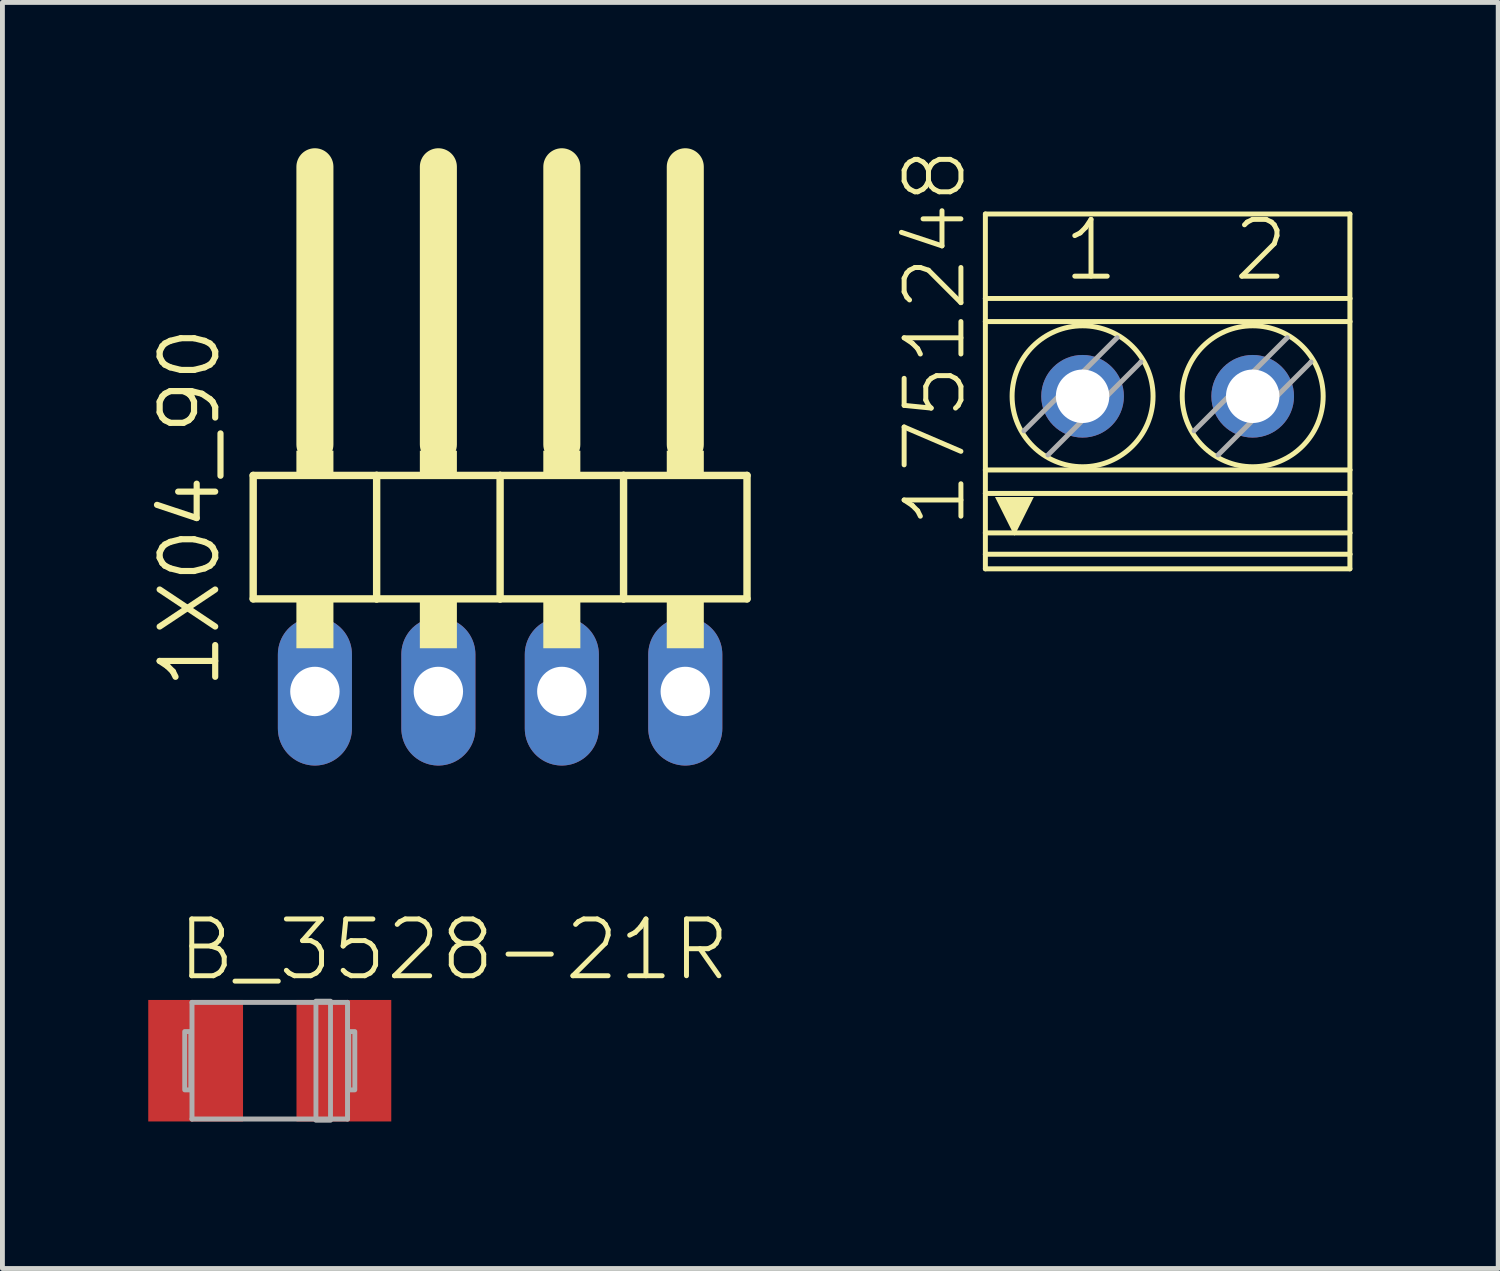
<source format=kicad_pcb>
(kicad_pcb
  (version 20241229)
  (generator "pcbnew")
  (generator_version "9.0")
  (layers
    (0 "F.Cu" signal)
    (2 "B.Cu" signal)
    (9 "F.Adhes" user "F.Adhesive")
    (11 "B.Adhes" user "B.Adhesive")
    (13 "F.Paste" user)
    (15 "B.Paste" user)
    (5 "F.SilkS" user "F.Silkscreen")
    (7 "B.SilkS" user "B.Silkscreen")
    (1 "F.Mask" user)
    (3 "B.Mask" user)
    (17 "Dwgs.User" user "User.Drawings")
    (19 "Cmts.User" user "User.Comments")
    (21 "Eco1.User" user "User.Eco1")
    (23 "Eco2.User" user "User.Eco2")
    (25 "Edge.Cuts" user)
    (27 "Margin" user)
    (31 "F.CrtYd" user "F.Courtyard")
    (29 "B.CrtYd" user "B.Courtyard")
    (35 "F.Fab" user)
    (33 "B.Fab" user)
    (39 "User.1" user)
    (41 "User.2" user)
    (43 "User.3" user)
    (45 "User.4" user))
  (footprint "B_3528-21R"
    (layer "F.Cu")
    (at 2.5 18.773)
    (property "Reference" "B_3528-21R" (at -1.95 -1.6 0) (layer "F.SilkS") (effects (font (size 1.168 1.168) (thickness 0.102)) (justify left bottom)))
    (fp_line (start -1.6 -1.2) (end 1.6 -1.2) (stroke (width 0.102) (type solid)) (layer "F.Fab"))
    (fp_line (start -1.6 1.2) (end -1.6 -1.2) (stroke (width 0.102) (type solid)) (layer "F.Fab"))
    (fp_line (start 1.6 -1.2) (end 1.6 1.2) (stroke (width 0.102) (type solid)) (layer "F.Fab"))
    (fp_line (start 1.6 1.2) (end -1.6 1.2) (stroke (width 0.102) (type solid)) (layer "F.Fab"))
    (fp_poly (pts (xy -1.75 0.6) (xy -1.625 0.6) (xy -1.625 -0.6) (xy -1.75 -0.6)) (stroke (width 0.1) (type default)) (fill no) (layer "F.Fab"))
    (fp_poly (pts (xy 0.95 1.225) (xy 1.25 1.225) (xy 1.25 -1.225) (xy 0.95 -1.225)) (stroke (width 0.1) (type default)) (fill no) (layer "F.Fab"))
    (fp_poly (pts (xy 1.625 0.6) (xy 1.75 0.6) (xy 1.75 -0.6) (xy 1.625 -0.6)) (stroke (width 0.1) (type default)) (fill no) (layer "F.Fab"))
    (pad "+" smd rect (at 1.525 0) (size 1.95 2.5) (layers "F.Cu" "F.Mask" "F.Paste"))
    (pad "-" smd rect (at -1.525 0) (size 1.95 2.5) (layers "F.Cu" "F.Mask" "F.Paste")))
  (footprint "1751248"
    (layer "F.Cu")
    (at 20.973 5.003)
    (property "Reference" "1751248" (at -4.105 2.857 90) (layer "F.SilkS") (effects (font (size 1.168 1.168) (thickness 0.102)) (justify left bottom)))
    (fp_line (start -3.75 -3.65) (end -3.75 -1.912) (stroke (width 0.102) (type solid)) (layer "F.SilkS"))
    (fp_line (start -3.75 -3.65) (end 3.75 -3.65) (stroke (width 0.102) (type solid)) (layer "F.SilkS"))
    (fp_line (start -3.75 -1.912) (end -3.75 -1.437) (stroke (width 0.102) (type solid)) (layer "F.SilkS"))
    (fp_line (start -3.75 -1.912) (end 3.75 -1.912) (stroke (width 0.102) (type solid)) (layer "F.SilkS"))
    (fp_line (start -3.75 1.616) (end -3.75 -1.437) (stroke (width 0.102) (type solid)) (layer "F.SilkS"))
    (fp_line (start -3.75 1.616) (end -3.75 2.099) (stroke (width 0.102) (type solid)) (layer "F.SilkS"))
    (fp_line (start -3.75 1.616) (end 3.75 1.616) (stroke (width 0.102) (type solid)) (layer "F.SilkS"))
    (fp_line (start -3.75 2.099) (end -3.75 2.911) (stroke (width 0.102) (type solid)) (layer "F.SilkS"))
    (fp_line (start -3.75 2.911) (end -3.75 3.35) (stroke (width 0.102) (type solid)) (layer "F.SilkS"))
    (fp_line (start -3.75 3.35) (end -3.75 3.65) (stroke (width 0.102) (type solid)) (layer "F.SilkS"))
    (fp_line (start -3.75 3.35) (end 3.75 3.35) (stroke (width 0.102) (type solid)) (layer "F.SilkS"))
    (fp_line (start -3.75 3.65) (end 3.75 3.65) (stroke (width 0.102) (type solid)) (layer "F.SilkS"))
    (fp_line (start -0.544 -0.611) (end -0.55 -0.605) (stroke (width 0.102) (type solid)) (layer "F.SilkS"))
    (fp_line (start 2.956 -0.611) (end 2.95 -0.605) (stroke (width 0.102) (type solid)) (layer "F.SilkS"))
    (fp_line (start 3.75 -3.65) (end 3.75 -1.912) (stroke (width 0.102) (type solid)) (layer "F.SilkS"))
    (fp_line (start 3.75 -1.437) (end -3.75 -1.437) (stroke (width 0.102) (type solid)) (layer "F.SilkS"))
    (fp_line (start 3.75 -1.437) (end 3.75 -1.912) (stroke (width 0.102) (type solid)) (layer "F.SilkS"))
    (fp_line (start 3.75 1.616) (end 3.75 -1.437) (stroke (width 0.102) (type solid)) (layer "F.SilkS"))
    (fp_line (start 3.75 1.616) (end 3.75 2.099) (stroke (width 0.102) (type solid)) (layer "F.SilkS"))
    (fp_line (start 3.75 2.099) (end -3.75 2.099) (stroke (width 0.102) (type solid)) (layer "F.SilkS"))
    (fp_line (start 3.75 2.099) (end 3.75 2.911) (stroke (width 0.102) (type solid)) (layer "F.SilkS"))
    (fp_line (start 3.75 2.911) (end -3.75 2.911) (stroke (width 0.102) (type solid)) (layer "F.SilkS"))
    (fp_line (start 3.75 2.911) (end 3.75 3.35) (stroke (width 0.102) (type solid)) (layer "F.SilkS"))
    (fp_line (start 3.75 3.35) (end 3.75 3.65) (stroke (width 0.102) (type solid)) (layer "F.SilkS"))
    (fp_circle (center -1.75 0.1) (end -0.3 0.1) (stroke (width 0.102) (type solid)) (fill no) (layer "F.SilkS"))
    (fp_circle (center 1.75 0.1) (end 3.2 0.1) (stroke (width 0.102) (type solid)) (fill no) (layer "F.SilkS"))
    (fp_poly (pts (xy -3.152 2.971) (xy -3.552 2.172) (xy -2.753 2.172)) (stroke (width 0) (type default)) (fill yes) (layer "F.SilkS"))
    (fp_line (start -2.956 0.811) (end -1.039 -1.106) (stroke (width 0.102) (type solid)) (layer "F.Fab"))
    (fp_line (start -0.55 -0.605) (end -2.461 1.306) (stroke (width 0.102) (type solid)) (layer "F.Fab"))
    (fp_line (start 0.544 0.811) (end 2.461 -1.106) (stroke (width 0.102) (type solid)) (layer "F.Fab"))
    (fp_line (start 2.95 -0.605) (end 1.039 1.306) (stroke (width 0.102) (type solid)) (layer "F.Fab"))
    (fp_text user "2" (at 1.292 -2.223 0) (layer "F.SilkS") (effects (font (size 1.168 1.168) (thickness 0.102)) (justify left bottom)))
    (fp_text user "1" (at -2.2 -2.223 0) (layer "F.SilkS") (effects (font (size 1.168 1.168) (thickness 0.102)) (justify left bottom)))
    (pad "1" thru_hole circle (at -1.75 0.1 90) (size 1.7 1.7) (drill 1.1) (layers "*.Cu" "*.Mask"))
    (pad "2" thru_hole circle (at 1.75 0.1 90) (size 1.7 1.7) (drill 1.1) (layers "*.Cu" "*.Mask")))
  (footprint "1X04_90"
    (layer "F.Cu")
    (at 7.239 7.366)
    (property "Reference" "1X04_90" (at -5.715 3.81 90) (layer "F.SilkS") (effects (font (size 1.143 1.143) (thickness 0.127)) (justify left bottom)))
    (fp_line (start -5.08 -0.635) (end -5.08 1.905) (stroke (width 0.152) (type solid)) (layer "F.SilkS"))
    (fp_line (start -5.08 1.905) (end -2.54 1.905) (stroke (width 0.152) (type solid)) (layer "F.SilkS"))
    (fp_line (start -3.81 -6.985) (end -3.81 -1.27) (stroke (width 0.762) (type solid)) (layer "F.SilkS"))
    (fp_line (start -2.54 -0.635) (end -5.08 -0.635) (stroke (width 0.152) (type solid)) (layer "F.SilkS"))
    (fp_line (start -2.54 1.905) (end -2.54 -0.635) (stroke (width 0.152) (type solid)) (layer "F.SilkS"))
    (fp_line (start -2.54 1.905) (end 0 1.905) (stroke (width 0.152) (type solid)) (layer "F.SilkS"))
    (fp_line (start -1.27 -6.985) (end -1.27 -1.27) (stroke (width 0.762) (type solid)) (layer "F.SilkS"))
    (fp_line (start 0 -0.635) (end -2.54 -0.635) (stroke (width 0.152) (type solid)) (layer "F.SilkS"))
    (fp_line (start 0 1.905) (end 0 -0.635) (stroke (width 0.152) (type solid)) (layer "F.SilkS"))
    (fp_line (start 0 1.905) (end 2.54 1.905) (stroke (width 0.152) (type solid)) (layer "F.SilkS"))
    (fp_line (start 1.27 -6.985) (end 1.27 -1.27) (stroke (width 0.762) (type solid)) (layer "F.SilkS"))
    (fp_line (start 2.54 -0.635) (end 0 -0.635) (stroke (width 0.152) (type solid)) (layer "F.SilkS"))
    (fp_line (start 2.54 1.905) (end 2.54 -0.635) (stroke (width 0.152) (type solid)) (layer "F.SilkS"))
    (fp_line (start 2.54 1.905) (end 5.08 1.905) (stroke (width 0.152) (type solid)) (layer "F.SilkS"))
    (fp_line (start 3.81 -6.985) (end 3.81 -1.27) (stroke (width 0.762) (type solid)) (layer "F.SilkS"))
    (fp_line (start 5.08 -0.635) (end 2.54 -0.635) (stroke (width 0.152) (type solid)) (layer "F.SilkS"))
    (fp_line (start 5.08 1.905) (end 5.08 -0.635) (stroke (width 0.152) (type solid)) (layer "F.SilkS"))
    (fp_poly (pts (xy -4.191 -0.635) (xy -3.429 -0.635) (xy -3.429 -1.143) (xy -4.191 -1.143)) (stroke (width 0) (type default)) (fill yes) (layer "F.SilkS"))
    (fp_poly (pts (xy -4.191 2.921) (xy -3.429 2.921) (xy -3.429 1.905) (xy -4.191 1.905)) (stroke (width 0) (type default)) (fill yes) (layer "F.SilkS"))
    (fp_poly (pts (xy -1.651 -0.635) (xy -0.889 -0.635) (xy -0.889 -1.143) (xy -1.651 -1.143)) (stroke (width 0) (type default)) (fill yes) (layer "F.SilkS"))
    (fp_poly (pts (xy -1.651 2.921) (xy -0.889 2.921) (xy -0.889 1.905) (xy -1.651 1.905)) (stroke (width 0) (type default)) (fill yes) (layer "F.SilkS"))
    (fp_poly (pts (xy 0.889 -0.635) (xy 1.651 -0.635) (xy 1.651 -1.143) (xy 0.889 -1.143)) (stroke (width 0) (type default)) (fill yes) (layer "F.SilkS"))
    (fp_poly (pts (xy 0.889 2.921) (xy 1.651 2.921) (xy 1.651 1.905) (xy 0.889 1.905)) (stroke (width 0) (type default)) (fill yes) (layer "F.SilkS"))
    (fp_poly (pts (xy 3.429 -0.635) (xy 4.191 -0.635) (xy 4.191 -1.143) (xy 3.429 -1.143)) (stroke (width 0) (type default)) (fill yes) (layer "F.SilkS"))
    (fp_poly (pts (xy 3.429 2.921) (xy 4.191 2.921) (xy 4.191 1.905) (xy 3.429 1.905)) (stroke (width 0) (type default)) (fill yes) (layer "F.SilkS"))
    (pad "1" thru_hole oval (at -3.81 3.81 90) (size 3.048 1.524) (drill 1.016) (layers "*.Cu" "*.Mask"))
    (pad "2" thru_hole oval (at -1.27 3.81 90) (size 3.048 1.524) (drill 1.016) (layers "*.Cu" "*.Mask"))
    (pad "3" thru_hole oval (at 1.27 3.81 90) (size 3.048 1.524) (drill 1.016) (layers "*.Cu" "*.Mask"))
    (pad "4" thru_hole oval (at 3.81 3.81 90) (size 3.048 1.524) (drill 1.016) (layers "*.Cu" "*.Mask")))
  (gr_rect
    (start -3 -3)
    (end 27.774 23.048)
    (stroke (width 0.1) (type default))
    (fill no)
    (layer "Edge.Cuts")))
</source>
